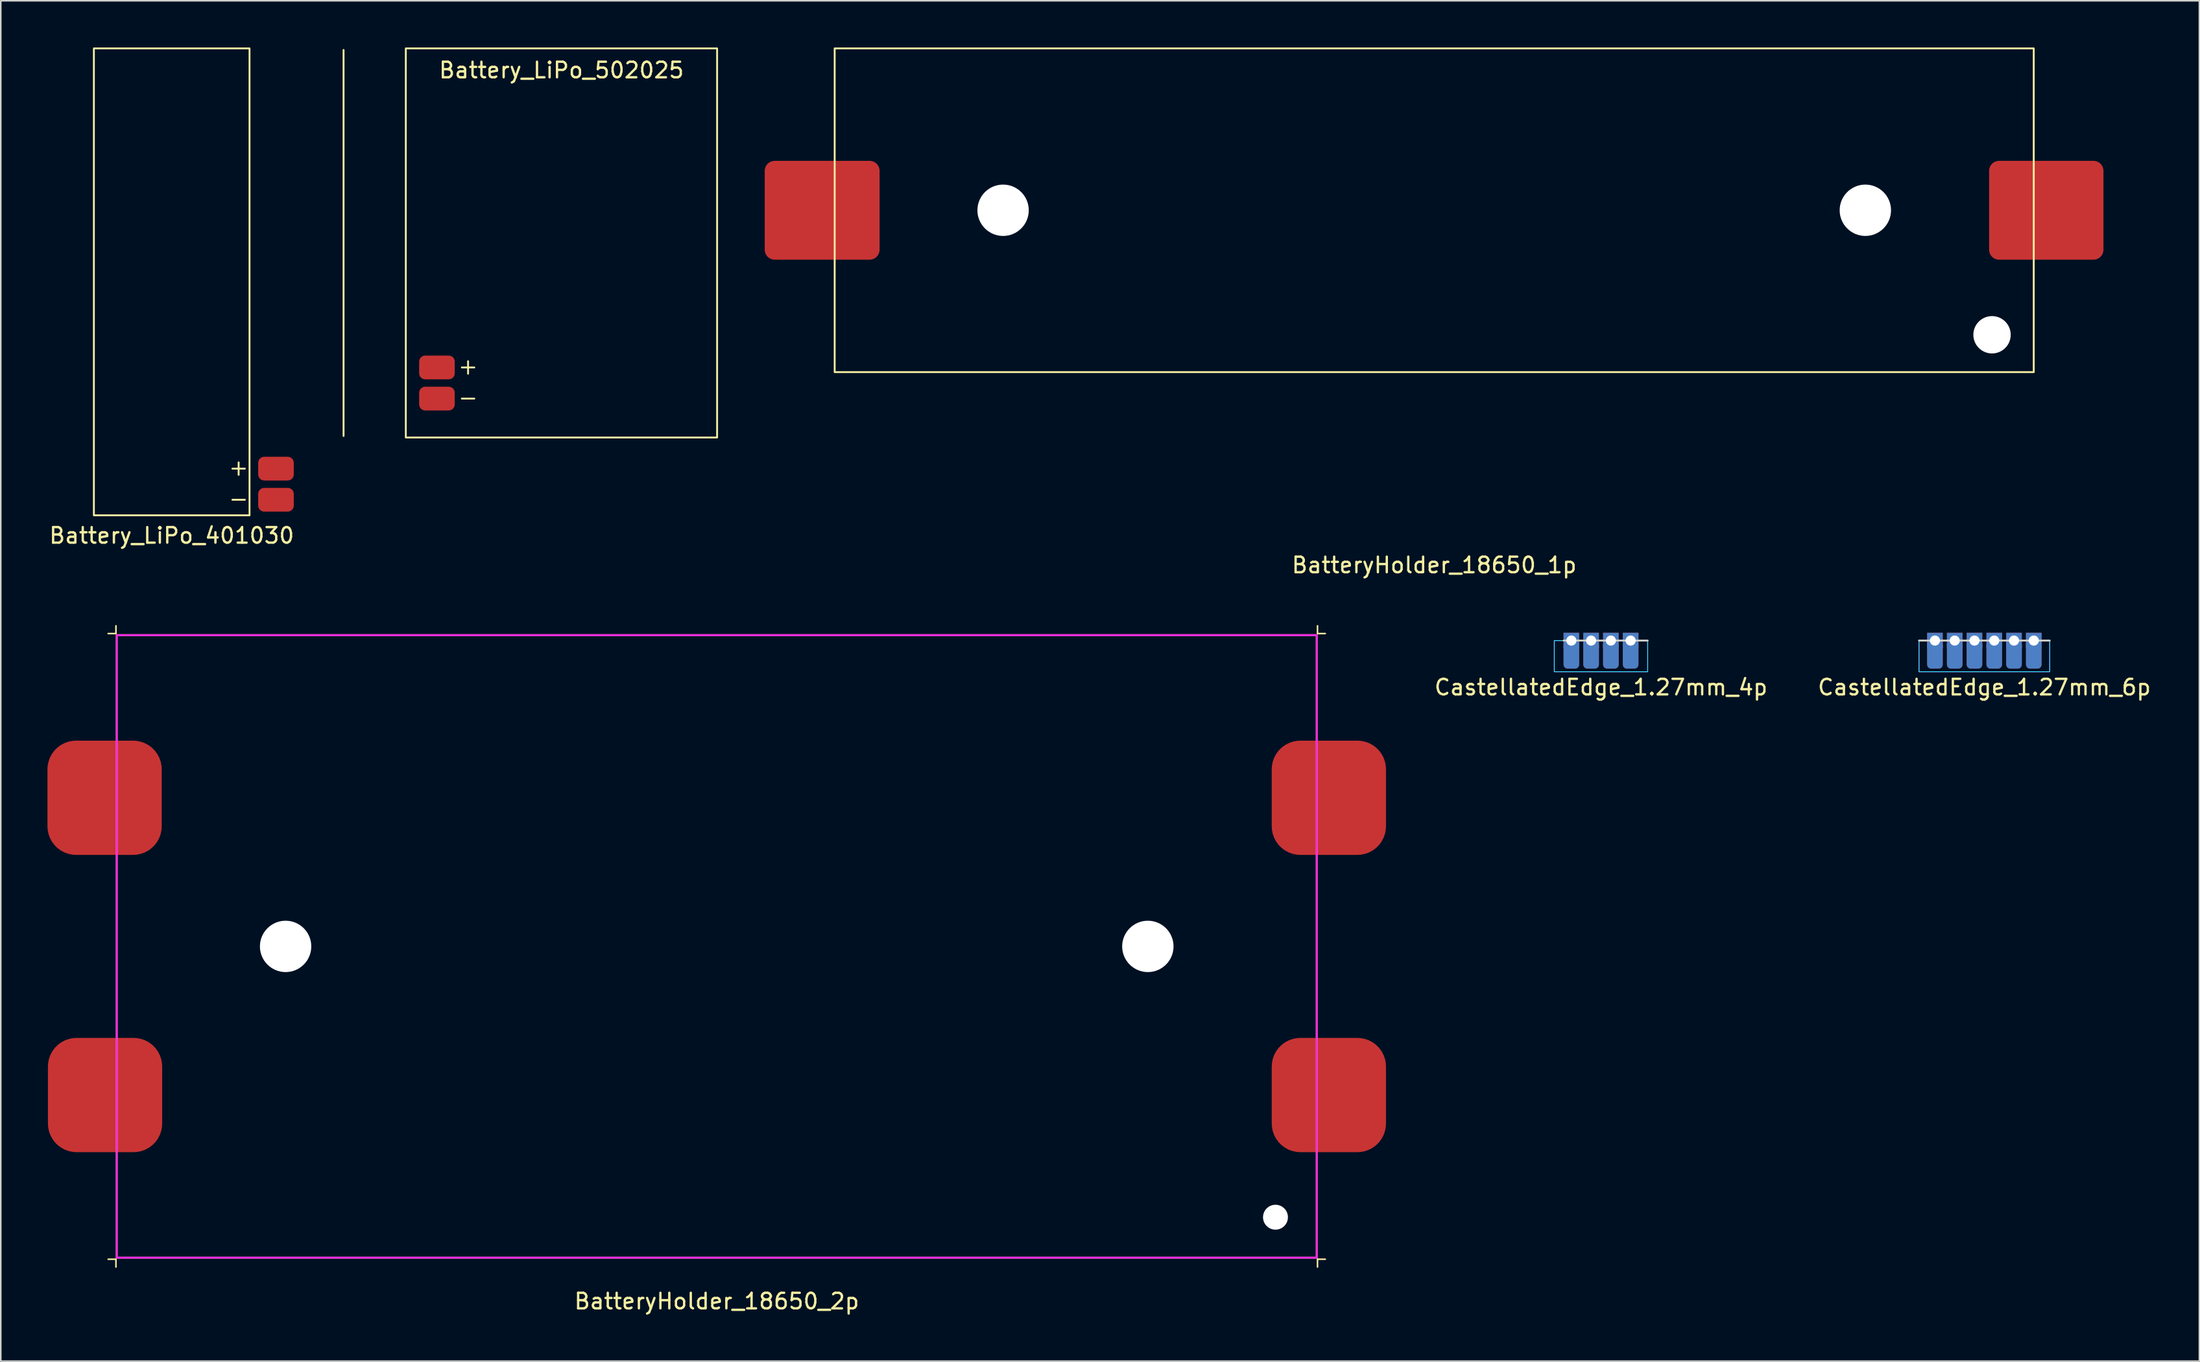
<source format=kicad_pcb>
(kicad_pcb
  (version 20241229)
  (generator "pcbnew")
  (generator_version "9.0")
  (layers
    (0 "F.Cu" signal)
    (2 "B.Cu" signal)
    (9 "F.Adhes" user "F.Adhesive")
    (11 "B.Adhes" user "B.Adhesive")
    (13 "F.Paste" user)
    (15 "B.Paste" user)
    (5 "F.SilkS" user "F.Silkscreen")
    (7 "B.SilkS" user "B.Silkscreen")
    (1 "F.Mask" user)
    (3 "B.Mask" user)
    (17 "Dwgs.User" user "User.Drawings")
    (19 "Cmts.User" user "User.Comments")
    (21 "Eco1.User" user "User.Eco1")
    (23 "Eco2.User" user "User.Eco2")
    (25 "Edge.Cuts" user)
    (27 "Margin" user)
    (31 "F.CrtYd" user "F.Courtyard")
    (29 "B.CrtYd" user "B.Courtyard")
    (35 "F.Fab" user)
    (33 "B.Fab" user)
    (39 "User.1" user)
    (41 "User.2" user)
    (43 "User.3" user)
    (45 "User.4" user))
  (footprint "BatteryHolder_18650_2p"
    (layer "F.Cu")
    (at 43 57.758)
    (property "Reference" "BatteryHolder_18650_2p" (at 0 22.8 0) (unlocked yes) (layer "F.SilkS") (effects (font (size 1 1) (thickness 0.15))))
    (attr smd)
    (fp_line (start -38.6 -20.1) (end -39.1 -20.1) (stroke (width 0.1) (type default)) (layer "F.SilkS"))
    (fp_line (start -38.6 -20.1) (end -38.6 -20.6) (stroke (width 0.1) (type default)) (layer "F.SilkS"))
    (fp_line (start -38.6 20.1) (end -39.1 20.1) (stroke (width 0.1) (type default)) (layer "F.SilkS"))
    (fp_line (start -38.6 20.1) (end -38.6 20.6) (stroke (width 0.1) (type default)) (layer "F.SilkS"))
    (fp_line (start 38.6 -20.1) (end 38.6 -20.6) (stroke (width 0.1) (type default)) (layer "F.SilkS"))
    (fp_line (start 38.6 -20.1) (end 39.1 -20.1) (stroke (width 0.1) (type default)) (layer "F.SilkS"))
    (fp_line (start 38.6 20.1) (end 38.6 20.6) (stroke (width 0.1) (type default)) (layer "F.SilkS"))
    (fp_line (start 38.6 20.1) (end 39.1 20.1) (stroke (width 0.1) (type default)) (layer "F.SilkS"))
    (fp_rect (start -38.55 -20) (end 38.55 20) (stroke (width 0.12) (type solid)) (fill no) (layer "F.CrtYd"))
    (fp_rect (start -38.55 -20) (end 38.55 20) (stroke (width 0.12) (type solid)) (fill no) (layer "F.Fab"))
    (pad "" np_thru_hole circle (at -27.7 0) (size 3.3 3.3) (drill 3.3) (layers "*.Cu" "*.Mask"))
    (pad "" np_thru_hole circle (at 27.7 0) (size 3.3 3.3) (drill 3.3) (layers "*.Cu" "*.Mask"))
    (pad "" np_thru_hole circle (at 35.9 17.4) (size 1.6 1.6) (drill 1.6) (layers "*.Cu" "*.Mask"))
    (pad "1" smd roundrect (at -39.33 -9.55) (size 7.34 7.34) (layers "F.Cu" "F.Mask" "F.Paste") (roundrect_rratio 0.25))
    (pad "1" smd roundrect (at -39.3 9.55) (size 7.34 7.34) (layers "F.Cu" "F.Mask" "F.Paste") (roundrect_rratio 0.25))
    (pad "2" smd roundrect (at 39.33 -9.55) (size 7.34 7.34) (layers "F.Cu" "F.Mask" "F.Paste") (roundrect_rratio 0.25))
    (pad "2" smd roundrect (at 39.33 9.55) (size 7.34 7.34) (layers "F.Cu" "F.Mask" "F.Paste") (roundrect_rratio 0.25)))
  (footprint "BatteryHolder_18650_1p"
    (layer "F.Cu")
    (at 89.099 10.46)
    (property "Reference" "BatteryHolder_18650_1p" (at 0 22.8 0) (unlocked yes) (layer "F.SilkS") (effects (font (size 1 1) (thickness 0.15))))
    (attr smd)
    (fp_rect (start -38.52 -10.4) (end 38.52 10.4) (stroke (width 0.12) (type solid)) (fill no) (layer "F.SilkS"))
    (pad "" np_thru_hole circle (at -27.7 0) (size 3.3 3.3) (drill 3.3) (layers "*.Cu" "*.Mask"))
    (pad "" np_thru_hole circle (at 27.7 0) (size 3.3 3.3) (drill 3.3) (layers "*.Cu" "*.Mask"))
    (pad "" np_thru_hole circle (at 35.84 8) (size 2.4 2.4) (drill 2.4) (layers "*.Cu" "*.Mask"))
    (pad "1" smd roundrect (at -39.325 0) (size 7.38 6.35) (layers "F.Cu" "F.Mask" "F.Paste") (roundrect_rratio 0.1))
    (pad "2" smd roundrect (at 39.325 0) (size 7.347 6.35) (layers "F.Cu" "F.Mask" "F.Paste") (roundrect_rratio 0.1)))
  (footprint "CastellatedEdge_1.27mm_6p"
    (layer "F.Cu")
    (at 124.446 38.108)
    (property "Reference" "CastellatedEdge_1.27mm_6p" (at 0 3 0) (unlocked yes) (layer "F.SilkS") (effects (font (size 1 1) (thickness 0.15))))
    (attr through_hole)
    (fp_line (start 4.2 0) (end -4.2 0) (stroke (width 0.12) (type solid)) (layer "Edge.Cuts"))
    (fp_rect (start 4.2 0) (end -4.2 2) (stroke (width 0.05) (type solid)) (fill no) (layer "B.CrtYd"))
    (fp_rect (start 4.2 0) (end -4.2 2) (stroke (width 0.05) (type solid)) (fill no) (layer "F.CrtYd"))
    (pad "1" thru_hole rect (at -3.175 0) (size 1 1) (drill 0.65) (layers "*.Cu" "*.Mask"))
    (pad "1" smd roundrect (at -3.175 0.9) (size 1 1.8) (layers "F.Cu" "F.Mask" "F.Paste") (roundrect_rratio 0.25))
    (pad "1" smd roundrect (at -3.175 0.9) (size 1 1.8) (layers "B.Cu" "B.Mask" "B.Paste") (roundrect_rratio 0.25))
    (pad "2" thru_hole rect (at -1.905 0) (size 1 1) (drill 0.65) (layers "*.Cu" "*.Mask"))
    (pad "2" smd roundrect (at -1.905 0.9) (size 1 1.8) (layers "F.Cu" "F.Mask" "F.Paste") (roundrect_rratio 0.25))
    (pad "2" smd roundrect (at -1.905 0.9) (size 1 1.8) (layers "B.Cu" "B.Mask" "B.Paste") (roundrect_rratio 0.25))
    (pad "3" thru_hole rect (at -0.635 0) (size 1 1) (drill 0.65) (layers "*.Cu" "*.Mask"))
    (pad "3" smd roundrect (at -0.635 0.9) (size 1 1.8) (layers "F.Cu" "F.Mask" "F.Paste") (roundrect_rratio 0.25))
    (pad "3" smd roundrect (at -0.635 0.9) (size 1 1.8) (layers "B.Cu" "B.Mask" "B.Paste") (roundrect_rratio 0.25))
    (pad "4" thru_hole rect (at 0.635 0) (size 1 1) (drill 0.65) (layers "*.Cu" "*.Mask"))
    (pad "4" smd roundrect (at 0.635 0.9) (size 1 1.8) (layers "F.Cu" "F.Mask" "F.Paste") (roundrect_rratio 0.25))
    (pad "4" smd roundrect (at 0.635 0.9) (size 1 1.8) (layers "B.Cu" "B.Mask" "B.Paste") (roundrect_rratio 0.25))
    (pad "5" thru_hole rect (at 1.905 0) (size 1 1) (drill 0.65) (layers "*.Cu" "*.Mask"))
    (pad "5" smd roundrect (at 1.905 0.9) (size 1 1.8) (layers "F.Cu" "F.Mask" "F.Paste") (roundrect_rratio 0.25))
    (pad "5" smd roundrect (at 1.905 0.9) (size 1 1.8) (layers "B.Cu" "B.Mask" "B.Paste") (roundrect_rratio 0.25))
    (pad "6" thru_hole rect (at 3.175 0) (size 1 1) (drill 0.65) (layers "*.Cu" "*.Mask"))
    (pad "6" smd roundrect (at 3.175 0.9) (size 1 1.8) (layers "F.Cu" "F.Mask" "F.Paste") (roundrect_rratio 0.25))
    (pad "6" smd roundrect (at 3.175 0.9) (size 1 1.8) (layers "B.Cu" "B.Mask" "B.Paste") (roundrect_rratio 0.25))
    (zone (net_name "") (layer "F.SilkS") (name "Cut") (hatch edge 0.508) (connect_pads) (min_thickness 0.254) (filled_areas_thickness no) (keepout (tracks not_allowed) (vias not_allowed) (pads not_allowed) (copperpour not_allowed) (footprints not_allowed)) (placement (enabled no)) (fill) (polygon (pts (xy 128.646 38.108) (xy 120.246 38.108) (xy 120.246 37.108) (xy 128.646 37.108)))))
  (footprint "Battery_LiPo_502025"
    (layer "F.Cu")
    (at 33.024 12.56)
    (property "Reference" "Battery_LiPo_502025" (at 0 -11.1 0) (unlocked yes) (layer "F.SilkS") (effects (font (size 1 1) (thickness 0.15))))
    (attr smd)
    (fp_line (start -14 -12.4) (end -14 12.4) (stroke (width 0.12) (type solid)) (layer "F.SilkS"))
    (fp_line (start -6.4 8) (end -5.6 8) (stroke (width 0.12) (type solid)) (layer "F.SilkS"))
    (fp_line (start -6.4 10) (end -5.6 10) (stroke (width 0.12) (type solid)) (layer "F.SilkS"))
    (fp_line (start -6 8.4) (end -6 7.6) (stroke (width 0.12) (type solid)) (layer "F.SilkS"))
    (fp_rect (start -10 -12.5) (end 10 12.5) (stroke (width 0.12) (type solid)) (fill no) (layer "F.SilkS"))
    (pad "1" smd roundrect (at -8 8) (size 2.286 1.524) (layers "F.Cu" "F.Mask" "F.Paste") (roundrect_rratio 0.25))
    (pad "2" smd roundrect (at -8 10) (size 2.286 1.524) (layers "F.Cu" "F.Mask" "F.Paste") (roundrect_rratio 0.25)))
  (footprint "Battery_LiPo_401030"
    (layer "F.Cu")
    (at 7.982 15.06)
    (property "Reference" "Battery_LiPo_401030" (at 0 16.3 0) (unlocked yes) (layer "F.SilkS") (effects (font (size 1 1) (thickness 0.15))))
    (attr smd)
    (fp_line (start 3.9 12) (end 4.7 12) (stroke (width 0.12) (type solid)) (layer "F.SilkS"))
    (fp_line (start 3.9 14) (end 4.7 14) (stroke (width 0.12) (type solid)) (layer "F.SilkS"))
    (fp_line (start 4.3 12.4) (end 4.3 11.6) (stroke (width 0.12) (type solid)) (layer "F.SilkS"))
    (fp_rect (start -5 -15) (end 5 15) (stroke (width 0.12) (type solid)) (fill no) (layer "F.SilkS"))
    (pad "1" smd roundrect (at 6.7 12) (size 2.286 1.524) (layers "F.Cu" "F.Mask" "F.Paste") (roundrect_rratio 0.25))
    (pad "2" smd roundrect (at 6.7 14) (size 2.286 1.524) (layers "F.Cu" "F.Mask" "F.Paste") (roundrect_rratio 0.25)))
  (footprint "CastellatedEdge_1.27mm_4p"
    (layer "F.Cu")
    (at 99.815 38.108)
    (property "Reference" "CastellatedEdge_1.27mm_4p" (at 0 3 0) (unlocked yes) (layer "F.SilkS") (effects (font (size 1 1) (thickness 0.15))))
    (attr through_hole)
    (fp_line (start 3 0) (end -2.4 0) (stroke (width 0.12) (type solid)) (layer "Edge.Cuts"))
    (fp_rect (start 3 0) (end -3 2) (stroke (width 0.05) (type solid)) (fill no) (layer "B.CrtYd"))
    (fp_rect (start 3 0) (end -3 2) (stroke (width 0.05) (type solid)) (fill no) (layer "F.CrtYd"))
    (pad "1" thru_hole rect (at -1.905 0) (size 1 1) (drill 0.65) (layers "*.Cu" "*.Mask"))
    (pad "1" smd roundrect (at -1.905 0.9) (size 1 1.8) (layers "F.Cu" "F.Mask" "F.Paste") (roundrect_rratio 0.25))
    (pad "1" smd roundrect (at -1.905 0.9) (size 1 1.8) (layers "B.Cu" "B.Mask" "B.Paste") (roundrect_rratio 0.25))
    (pad "2" thru_hole rect (at -0.635 0) (size 1 1) (drill 0.65) (layers "*.Cu" "*.Mask"))
    (pad "2" smd roundrect (at -0.635 0.9) (size 1 1.8) (layers "F.Cu" "F.Mask" "F.Paste") (roundrect_rratio 0.25))
    (pad "2" smd roundrect (at -0.635 0.9) (size 1 1.8) (layers "B.Cu" "B.Mask" "B.Paste") (roundrect_rratio 0.25))
    (pad "3" thru_hole rect (at 0.635 0) (size 1 1) (drill 0.65) (layers "*.Cu" "*.Mask"))
    (pad "3" smd roundrect (at 0.635 0.9) (size 1 1.8) (layers "F.Cu" "F.Mask" "F.Paste") (roundrect_rratio 0.25))
    (pad "3" smd roundrect (at 0.635 0.9) (size 1 1.8) (layers "B.Cu" "B.Mask" "B.Paste") (roundrect_rratio 0.25))
    (pad "4" thru_hole rect (at 1.905 0) (size 1 1) (drill 0.65) (layers "*.Cu" "*.Mask"))
    (pad "4" smd roundrect (at 1.905 0.9) (size 1 1.8) (layers "F.Cu" "F.Mask" "F.Paste") (roundrect_rratio 0.25))
    (pad "4" smd roundrect (at 1.905 0.9) (size 1 1.8) (layers "B.Cu" "B.Mask" "B.Paste") (roundrect_rratio 0.25))
    (zone (net_name "") (layer "F.SilkS") (name "Cut") (hatch edge 0.508) (connect_pads) (min_thickness 0.254) (filled_areas_thickness no) (keepout (tracks not_allowed) (vias not_allowed) (pads not_allowed) (copperpour not_allowed) (footprints not_allowed)) (placement (enabled no)) (fill) (polygon (pts (xy 102.815 38.108) (xy 96.815 38.108) (xy 96.815 37.108) (xy 102.815 37.108)))))
  (gr_rect
    (start -3 -3)
    (end 138.262 84.406)
    (stroke (width 0.1) (type default))
    (fill no)
    (layer "Edge.Cuts")))
</source>
